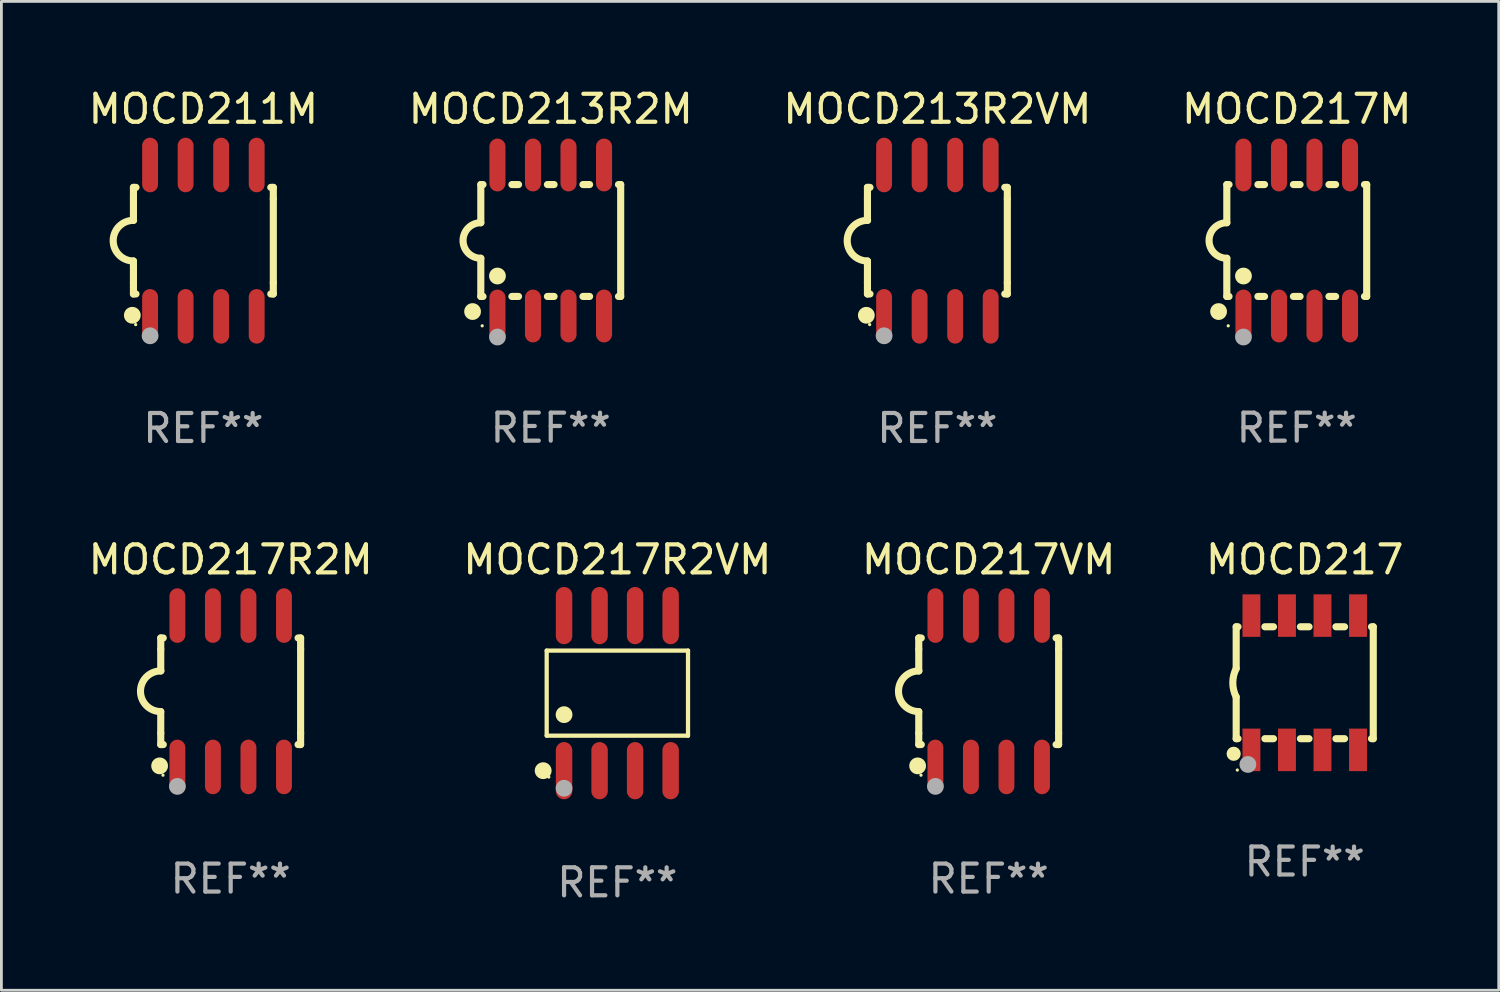
<source format=kicad_pcb>
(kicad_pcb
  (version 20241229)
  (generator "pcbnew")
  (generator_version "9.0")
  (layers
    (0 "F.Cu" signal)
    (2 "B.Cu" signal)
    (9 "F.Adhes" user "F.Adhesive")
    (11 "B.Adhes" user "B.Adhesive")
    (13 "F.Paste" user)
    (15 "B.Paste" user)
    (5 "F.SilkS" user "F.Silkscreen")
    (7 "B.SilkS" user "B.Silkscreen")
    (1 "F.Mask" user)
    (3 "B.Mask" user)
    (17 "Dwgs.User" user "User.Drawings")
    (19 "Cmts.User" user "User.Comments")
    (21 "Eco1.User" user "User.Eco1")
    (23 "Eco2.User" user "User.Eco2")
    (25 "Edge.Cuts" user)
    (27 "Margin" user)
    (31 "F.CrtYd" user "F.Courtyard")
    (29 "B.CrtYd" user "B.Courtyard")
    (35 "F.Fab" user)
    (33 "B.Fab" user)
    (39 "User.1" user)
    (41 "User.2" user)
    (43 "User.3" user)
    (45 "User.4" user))
  (footprint "MOCD217R2M"
    (layer "F.Cu")
    (at 5.196 21.66)
    (property "Reference" "MOCD217R2M" (at 0 -4.705 0) (layer "F.SilkS") (effects (font (size 1 1) (thickness 0.15))))
    (attr through_hole)
    (fp_line (start -2.5 -1.905) (end -2.409 -1.905) (stroke (width 0.254) (type solid)) (layer "F.SilkS"))
    (fp_line (start -2.5 -1.5) (end -2.5 -1.905) (stroke (width 0.254) (type solid)) (layer "F.SilkS"))
    (fp_line (start -2.5 -1.5) (end -2.5 -0.726) (stroke (width 0.254) (type solid)) (layer "F.SilkS"))
    (fp_line (start -2.5 1.5) (end -2.5 0.727) (stroke (width 0.254) (type solid)) (layer "F.SilkS"))
    (fp_line (start -2.5 1.5) (end -2.5 1.905) (stroke (width 0.254) (type solid)) (layer "F.SilkS"))
    (fp_line (start -2.5 1.905) (end -2.409 1.905) (stroke (width 0.254) (type solid)) (layer "F.SilkS"))
    (fp_line (start 2.5 -1.905) (end 2.409 -1.905) (stroke (width 0.254) (type solid)) (layer "F.SilkS"))
    (fp_line (start 2.5 -1.5) (end 2.5 -1.905) (stroke (width 0.254) (type solid)) (layer "F.SilkS"))
    (fp_line (start 2.5 -1.5) (end 2.5 1.5) (stroke (width 0.254) (type solid)) (layer "F.SilkS"))
    (fp_line (start 2.5 1.5) (end 2.5 1.905) (stroke (width 0.254) (type solid)) (layer "F.SilkS"))
    (fp_line (start 2.5 1.905) (end 2.409 1.905) (stroke (width 0.254) (type solid)) (layer "F.SilkS"))
    (fp_arc (start -2.5 0.726568) (mid -3.220316 -0.0023) (end -2.495097 -0.726289) (stroke (width 0.254001) (type solid)) (layer "F.SilkS"))
    (fp_circle (center -2.54 2.667) (end -2.39 2.667) (stroke (width 0.3) (type solid)) (fill no) (layer "F.SilkS"))
    (fp_circle (center -2.42 3) (end -2.39 3) (stroke (width 0.06) (type solid)) (fill no) (layer "F.SilkS"))
    (fp_circle (center -1.905 3.4) (end -1.755 3.4) (stroke (width 0.3) (type solid)) (fill no) (layer "F.Fab"))
    (fp_text user "REF**" (at 0 6.705 0) (layer "F.Fab") (effects (font (size 1 1) (thickness 0.15))))
    (pad "1" smd oval (at -1.905 2.705) (size 0.568 1.95) (layers "F.Cu" "F.Mask" "F.Paste"))
    (pad "2" smd oval (at -0.635 2.705) (size 0.568 1.95) (layers "F.Cu" "F.Mask" "F.Paste"))
    (pad "3" smd oval (at 0.635 2.705) (size 0.568 1.95) (layers "F.Cu" "F.Mask" "F.Paste"))
    (pad "4" smd oval (at 1.905 2.705) (size 0.568 1.95) (layers "F.Cu" "F.Mask" "F.Paste"))
    (pad "5" smd oval (at 1.905 -2.705) (size 0.568 1.95) (layers "F.Cu" "F.Mask" "F.Paste"))
    (pad "6" smd oval (at 0.635 -2.705) (size 0.568 1.95) (layers "F.Cu" "F.Mask" "F.Paste"))
    (pad "7" smd oval (at -0.635 -2.705) (size 0.568 1.95) (layers "F.Cu" "F.Mask" "F.Paste"))
    (pad "8" smd oval (at -1.905 -2.705) (size 0.568 1.95) (layers "F.Cu" "F.Mask" "F.Paste")))
  (footprint "MOCD217M"
    (layer "F.Cu")
    (at 43.304 5.547)
    (property "Reference" "MOCD217M" (at 0 -4.699 0) (layer "F.SilkS") (effects (font (size 1 1) (thickness 0.15))))
    (attr through_hole)
    (fp_line (start -2.5 -2) (end -2.5 -0.635) (stroke (width 0.254) (type solid)) (layer "F.SilkS"))
    (fp_line (start -2.5 -2) (end -2.421 -2) (stroke (width 0.254) (type solid)) (layer "F.SilkS"))
    (fp_line (start -2.5 2) (end -2.5 0.635) (stroke (width 0.254) (type solid)) (layer "F.SilkS"))
    (fp_line (start -2.5 2) (end -2.421 2) (stroke (width 0.254) (type solid)) (layer "F.SilkS"))
    (fp_line (start -1.389 -2) (end -1.151 -2) (stroke (width 0.254) (type solid)) (layer "F.SilkS"))
    (fp_line (start -1.389 2) (end -1.151 2) (stroke (width 0.254) (type solid)) (layer "F.SilkS"))
    (fp_line (start -0.119 -2) (end 0.119 -2) (stroke (width 0.254) (type solid)) (layer "F.SilkS"))
    (fp_line (start -0.119 2) (end 0.119 2) (stroke (width 0.254) (type solid)) (layer "F.SilkS"))
    (fp_line (start 1.151 -2) (end 1.389 -2) (stroke (width 0.254) (type solid)) (layer "F.SilkS"))
    (fp_line (start 1.151 2) (end 1.389 2) (stroke (width 0.254) (type solid)) (layer "F.SilkS"))
    (fp_line (start 2.421 -2) (end 2.5 -2) (stroke (width 0.254) (type solid)) (layer "F.SilkS"))
    (fp_line (start 2.421 2) (end 2.5 2) (stroke (width 0.254) (type solid)) (layer "F.SilkS"))
    (fp_line (start 2.5 -2) (end 2.5 2) (stroke (width 0.254) (type solid)) (layer "F.SilkS"))
    (fp_arc (start -2.5 0.635001) (mid -3.134366 -0.000318) (end -2.499365 -0.635001) (stroke (width 0.254001) (type solid)) (layer "F.SilkS"))
    (fp_circle (center -2.794 2.54) (end -2.644 2.54) (stroke (width 0.3) (type solid)) (fill no) (layer "F.SilkS"))
    (fp_circle (center -2.45 3.05) (end -2.42 3.05) (stroke (width 0.06) (type solid)) (fill no) (layer "F.SilkS"))
    (fp_circle (center -1.905 1.27) (end -1.755 1.27) (stroke (width 0.3) (type solid)) (fill no) (layer "F.SilkS"))
    (fp_circle (center -1.905 3.45) (end -1.755 3.45) (stroke (width 0.3) (type solid)) (fill no) (layer "F.Fab"))
    (fp_text user "REF**" (at 0 6.699 0) (layer "F.Fab") (effects (font (size 1 1) (thickness 0.15))))
    (pad "1" smd oval (at -1.905 2.699) (size 0.574 1.888) (layers "F.Cu" "F.Mask" "F.Paste"))
    (pad "2" smd oval (at -0.635 2.699) (size 0.574 1.888) (layers "F.Cu" "F.Mask" "F.Paste"))
    (pad "3" smd oval (at 0.635 2.699) (size 0.574 1.888) (layers "F.Cu" "F.Mask" "F.Paste"))
    (pad "4" smd oval (at 1.905 2.699) (size 0.574 1.888) (layers "F.Cu" "F.Mask" "F.Paste"))
    (pad "5" smd oval (at 1.905 -2.699) (size 0.574 1.888) (layers "F.Cu" "F.Mask" "F.Paste"))
    (pad "6" smd oval (at 0.635 -2.699) (size 0.574 1.888) (layers "F.Cu" "F.Mask" "F.Paste"))
    (pad "7" smd oval (at -0.635 -2.699) (size 0.574 1.888) (layers "F.Cu" "F.Mask" "F.Paste"))
    (pad "8" smd oval (at -1.905 -2.699) (size 0.574 1.888) (layers "F.Cu" "F.Mask" "F.Paste")))
  (footprint "MOCD217"
    (layer "F.Cu")
    (at 43.589 21.355)
    (property "Reference" "MOCD217" (at 0 -4.4 0) (layer "F.SilkS") (effects (font (size 1 1) (thickness 0.15))))
    (attr through_hole)
    (fp_line (start -2.45 -0.508) (end -2.45 -2) (stroke (width 0.254) (type solid)) (layer "F.SilkS"))
    (fp_line (start -2.45 2) (end -2.45 0.508) (stroke (width 0.254) (type solid)) (layer "F.SilkS"))
    (fp_line (start -2.45 2) (end -2.386 2) (stroke (width 0.254) (type solid)) (layer "F.SilkS"))
    (fp_line (start -2.386 -2) (end -2.45 -2) (stroke (width 0.254) (type solid)) (layer "F.SilkS"))
    (fp_line (start -1.424 2) (end -1.116 2) (stroke (width 0.254) (type solid)) (layer "F.SilkS"))
    (fp_line (start -1.116 -2) (end -1.424 -2) (stroke (width 0.254) (type solid)) (layer "F.SilkS"))
    (fp_line (start -0.154 2) (end 0.154 2) (stroke (width 0.254) (type solid)) (layer "F.SilkS"))
    (fp_line (start 0.154 -2) (end -0.154 -2) (stroke (width 0.254) (type solid)) (layer "F.SilkS"))
    (fp_line (start 1.116 2) (end 1.424 2) (stroke (width 0.254) (type solid)) (layer "F.SilkS"))
    (fp_line (start 1.424 -2) (end 1.116 -2) (stroke (width 0.254) (type solid)) (layer "F.SilkS"))
    (fp_line (start 2.386 2) (end 2.45 2) (stroke (width 0.254) (type solid)) (layer "F.SilkS"))
    (fp_line (start 2.45 -2) (end 2.386 -2) (stroke (width 0.254) (type solid)) (layer "F.SilkS"))
    (fp_line (start 2.45 2) (end 2.45 -2) (stroke (width 0.254) (type solid)) (layer "F.SilkS"))
    (fp_arc (start -2.451105 0.508001) (mid -2.570655 -0.000129) (end -2.450013 -0.508001) (stroke (width 0.254001) (type solid)) (layer "F.SilkS"))
    (fp_circle (center -2.54 2.54) (end -2.413 2.54) (stroke (width 0.254) (type solid)) (fill no) (layer "F.SilkS"))
    (fp_circle (center -2.41 3.121) (end -2.38 3.121) (stroke (width 0.06) (type solid)) (fill no) (layer "F.SilkS"))
    (fp_circle (center -2.032 2.921) (end -1.882 2.921) (stroke (width 0.3) (type solid)) (fill no) (layer "F.Fab"))
    (fp_text user "REF**" (at 0 6.4 0) (layer "F.Fab") (effects (font (size 1 1) (thickness 0.15))))
    (pad "1" smd rect (at -1.905 2.4) (size 0.64 1.52) (layers "F.Cu" "F.Mask" "F.Paste"))
    (pad "2" smd rect (at -0.635 2.4) (size 0.64 1.52) (layers "F.Cu" "F.Mask" "F.Paste"))
    (pad "3" smd rect (at 0.635 2.4) (size 0.64 1.52) (layers "F.Cu" "F.Mask" "F.Paste"))
    (pad "4" smd rect (at 1.905 2.4) (size 0.64 1.52) (layers "F.Cu" "F.Mask" "F.Paste"))
    (pad "5" smd rect (at 1.905 -2.4) (size 0.64 1.52) (layers "F.Cu" "F.Mask" "F.Paste"))
    (pad "6" smd rect (at 0.635 -2.4) (size 0.64 1.52) (layers "F.Cu" "F.Mask" "F.Paste"))
    (pad "7" smd rect (at -0.635 -2.4) (size 0.64 1.52) (layers "F.Cu" "F.Mask" "F.Paste"))
    (pad "8" smd rect (at -1.905 -2.4) (size 0.64 1.52) (layers "F.Cu" "F.Mask" "F.Paste")))
  (footprint "MOCD213R2M"
    (layer "F.Cu")
    (at 16.637 5.547)
    (property "Reference" "MOCD213R2M" (at 0 -4.699 0) (layer "F.SilkS") (effects (font (size 1 1) (thickness 0.15))))
    (attr through_hole)
    (fp_line (start -2.5 -2) (end -2.5 -0.635) (stroke (width 0.254) (type solid)) (layer "F.SilkS"))
    (fp_line (start -2.5 -2) (end -2.421 -2) (stroke (width 0.254) (type solid)) (layer "F.SilkS"))
    (fp_line (start -2.5 2) (end -2.5 0.635) (stroke (width 0.254) (type solid)) (layer "F.SilkS"))
    (fp_line (start -2.5 2) (end -2.421 2) (stroke (width 0.254) (type solid)) (layer "F.SilkS"))
    (fp_line (start -1.389 -2) (end -1.151 -2) (stroke (width 0.254) (type solid)) (layer "F.SilkS"))
    (fp_line (start -1.389 2) (end -1.151 2) (stroke (width 0.254) (type solid)) (layer "F.SilkS"))
    (fp_line (start -0.119 -2) (end 0.119 -2) (stroke (width 0.254) (type solid)) (layer "F.SilkS"))
    (fp_line (start -0.119 2) (end 0.119 2) (stroke (width 0.254) (type solid)) (layer "F.SilkS"))
    (fp_line (start 1.151 -2) (end 1.389 -2) (stroke (width 0.254) (type solid)) (layer "F.SilkS"))
    (fp_line (start 1.151 2) (end 1.389 2) (stroke (width 0.254) (type solid)) (layer "F.SilkS"))
    (fp_line (start 2.421 -2) (end 2.5 -2) (stroke (width 0.254) (type solid)) (layer "F.SilkS"))
    (fp_line (start 2.421 2) (end 2.5 2) (stroke (width 0.254) (type solid)) (layer "F.SilkS"))
    (fp_line (start 2.5 -2) (end 2.5 2) (stroke (width 0.254) (type solid)) (layer "F.SilkS"))
    (fp_arc (start -2.5 0.635001) (mid -3.134366 -0.000318) (end -2.499365 -0.635001) (stroke (width 0.254001) (type solid)) (layer "F.SilkS"))
    (fp_circle (center -2.794 2.54) (end -2.644 2.54) (stroke (width 0.3) (type solid)) (fill no) (layer "F.SilkS"))
    (fp_circle (center -2.45 3.05) (end -2.42 3.05) (stroke (width 0.06) (type solid)) (fill no) (layer "F.SilkS"))
    (fp_circle (center -1.905 1.27) (end -1.755 1.27) (stroke (width 0.3) (type solid)) (fill no) (layer "F.SilkS"))
    (fp_circle (center -1.905 3.45) (end -1.755 3.45) (stroke (width 0.3) (type solid)) (fill no) (layer "F.Fab"))
    (fp_text user "REF**" (at 0 6.699 0) (layer "F.Fab") (effects (font (size 1 1) (thickness 0.15))))
    (pad "1" smd oval (at -1.905 2.699) (size 0.574 1.888) (layers "F.Cu" "F.Mask" "F.Paste"))
    (pad "2" smd oval (at -0.635 2.699) (size 0.574 1.888) (layers "F.Cu" "F.Mask" "F.Paste"))
    (pad "3" smd oval (at 0.635 2.699) (size 0.574 1.888) (layers "F.Cu" "F.Mask" "F.Paste"))
    (pad "4" smd oval (at 1.905 2.699) (size 0.574 1.888) (layers "F.Cu" "F.Mask" "F.Paste"))
    (pad "5" smd oval (at 1.905 -2.699) (size 0.574 1.888) (layers "F.Cu" "F.Mask" "F.Paste"))
    (pad "6" smd oval (at 0.635 -2.699) (size 0.574 1.888) (layers "F.Cu" "F.Mask" "F.Paste"))
    (pad "7" smd oval (at -0.635 -2.699) (size 0.574 1.888) (layers "F.Cu" "F.Mask" "F.Paste"))
    (pad "8" smd oval (at -1.905 -2.699) (size 0.574 1.888) (layers "F.Cu" "F.Mask" "F.Paste")))
  (footprint "MOCD217VM"
    (layer "F.Cu")
    (at 32.292 21.66)
    (property "Reference" "MOCD217VM" (at 0 -4.705 0) (layer "F.SilkS") (effects (font (size 1 1) (thickness 0.15))))
    (attr through_hole)
    (fp_line (start -2.5 -1.905) (end -2.409 -1.905) (stroke (width 0.254) (type solid)) (layer "F.SilkS"))
    (fp_line (start -2.5 -1.5) (end -2.5 -1.905) (stroke (width 0.254) (type solid)) (layer "F.SilkS"))
    (fp_line (start -2.5 -1.5) (end -2.5 -0.726) (stroke (width 0.254) (type solid)) (layer "F.SilkS"))
    (fp_line (start -2.5 1.5) (end -2.5 0.727) (stroke (width 0.254) (type solid)) (layer "F.SilkS"))
    (fp_line (start -2.5 1.5) (end -2.5 1.905) (stroke (width 0.254) (type solid)) (layer "F.SilkS"))
    (fp_line (start -2.5 1.905) (end -2.409 1.905) (stroke (width 0.254) (type solid)) (layer "F.SilkS"))
    (fp_line (start 2.5 -1.905) (end 2.409 -1.905) (stroke (width 0.254) (type solid)) (layer "F.SilkS"))
    (fp_line (start 2.5 -1.5) (end 2.5 -1.905) (stroke (width 0.254) (type solid)) (layer "F.SilkS"))
    (fp_line (start 2.5 -1.5) (end 2.5 1.5) (stroke (width 0.254) (type solid)) (layer "F.SilkS"))
    (fp_line (start 2.5 1.5) (end 2.5 1.905) (stroke (width 0.254) (type solid)) (layer "F.SilkS"))
    (fp_line (start 2.5 1.905) (end 2.409 1.905) (stroke (width 0.254) (type solid)) (layer "F.SilkS"))
    (fp_arc (start -2.5 0.726568) (mid -3.220316 -0.0023) (end -2.495097 -0.726289) (stroke (width 0.254001) (type solid)) (layer "F.SilkS"))
    (fp_circle (center -2.54 2.667) (end -2.39 2.667) (stroke (width 0.3) (type solid)) (fill no) (layer "F.SilkS"))
    (fp_circle (center -2.42 3) (end -2.39 3) (stroke (width 0.06) (type solid)) (fill no) (layer "F.SilkS"))
    (fp_circle (center -1.905 3.4) (end -1.755 3.4) (stroke (width 0.3) (type solid)) (fill no) (layer "F.Fab"))
    (fp_text user "REF**" (at 0 6.705 0) (layer "F.Fab") (effects (font (size 1 1) (thickness 0.15))))
    (pad "1" smd oval (at -1.905 2.705) (size 0.568 1.95) (layers "F.Cu" "F.Mask" "F.Paste"))
    (pad "2" smd oval (at -0.635 2.705) (size 0.568 1.95) (layers "F.Cu" "F.Mask" "F.Paste"))
    (pad "3" smd oval (at 0.635 2.705) (size 0.568 1.95) (layers "F.Cu" "F.Mask" "F.Paste"))
    (pad "4" smd oval (at 1.905 2.705) (size 0.568 1.95) (layers "F.Cu" "F.Mask" "F.Paste"))
    (pad "5" smd oval (at 1.905 -2.705) (size 0.568 1.95) (layers "F.Cu" "F.Mask" "F.Paste"))
    (pad "6" smd oval (at 0.635 -2.705) (size 0.568 1.95) (layers "F.Cu" "F.Mask" "F.Paste"))
    (pad "7" smd oval (at -0.635 -2.705) (size 0.568 1.95) (layers "F.Cu" "F.Mask" "F.Paste"))
    (pad "8" smd oval (at -1.905 -2.705) (size 0.568 1.95) (layers "F.Cu" "F.Mask" "F.Paste")))
  (footprint "MOCD217R2VM"
    (layer "F.Cu")
    (at 19.018 21.727)
    (property "Reference" "MOCD217R2VM" (at 0 -4.772 0) (layer "F.SilkS") (effects (font (size 1 1) (thickness 0.15))))
    (attr through_hole)
    (fp_line (start -2.526 -1.521) (end 2.526 -1.521) (stroke (width 0.152) (type solid)) (layer "F.SilkS"))
    (fp_line (start -2.526 1.521) (end -2.526 -1.521) (stroke (width 0.152) (type solid)) (layer "F.SilkS"))
    (fp_line (start 2.526 -1.521) (end 2.526 1.521) (stroke (width 0.152) (type solid)) (layer "F.SilkS"))
    (fp_line (start 2.526 1.521) (end -2.526 1.521) (stroke (width 0.152) (type solid)) (layer "F.SilkS"))
    (fp_circle (center -2.652 2.772) (end -2.501 2.772) (stroke (width 0.3) (type solid)) (fill no) (layer "F.SilkS"))
    (fp_circle (center -2.45 3) (end -2.42 3) (stroke (width 0.06) (type solid)) (fill no) (layer "F.SilkS"))
    (fp_circle (center -1.905 0.769) (end -1.755 0.769) (stroke (width 0.3) (type solid)) (fill no) (layer "F.SilkS"))
    (fp_circle (center -1.905 3.4) (end -1.755 3.4) (stroke (width 0.3) (type solid)) (fill no) (layer "F.Fab"))
    (fp_text user "REF**" (at 0 6.772 0) (layer "F.Fab") (effects (font (size 1 1) (thickness 0.15))))
    (pad "1" smd oval (at -1.905 2.772) (size 0.588 2.045) (layers "F.Cu" "F.Mask" "F.Paste"))
    (pad "2" smd oval (at -0.635 2.772) (size 0.588 2.045) (layers "F.Cu" "F.Mask" "F.Paste"))
    (pad "3" smd oval (at 0.635 2.772) (size 0.588 2.045) (layers "F.Cu" "F.Mask" "F.Paste"))
    (pad "4" smd oval (at 1.905 2.772) (size 0.588 2.045) (layers "F.Cu" "F.Mask" "F.Paste"))
    (pad "5" smd oval (at 1.905 -2.772) (size 0.588 2.045) (layers "F.Cu" "F.Mask" "F.Paste"))
    (pad "6" smd oval (at 0.635 -2.772) (size 0.588 2.045) (layers "F.Cu" "F.Mask" "F.Paste"))
    (pad "7" smd oval (at -0.635 -2.772) (size 0.588 2.045) (layers "F.Cu" "F.Mask" "F.Paste"))
    (pad "8" smd oval (at -1.905 -2.772) (size 0.588 2.045) (layers "F.Cu" "F.Mask" "F.Paste")))
  (footprint "MOCD211M"
    (layer "F.Cu")
    (at 4.22 5.553)
    (property "Reference" "MOCD211M" (at 0 -4.705 0) (layer "F.SilkS") (effects (font (size 1 1) (thickness 0.15))))
    (attr through_hole)
    (fp_line (start -2.5 -1.905) (end -2.409 -1.905) (stroke (width 0.254) (type solid)) (layer "F.SilkS"))
    (fp_line (start -2.5 -1.5) (end -2.5 -1.905) (stroke (width 0.254) (type solid)) (layer "F.SilkS"))
    (fp_line (start -2.5 -1.5) (end -2.5 -0.726) (stroke (width 0.254) (type solid)) (layer "F.SilkS"))
    (fp_line (start -2.5 1.5) (end -2.5 0.727) (stroke (width 0.254) (type solid)) (layer "F.SilkS"))
    (fp_line (start -2.5 1.5) (end -2.5 1.905) (stroke (width 0.254) (type solid)) (layer "F.SilkS"))
    (fp_line (start -2.5 1.905) (end -2.409 1.905) (stroke (width 0.254) (type solid)) (layer "F.SilkS"))
    (fp_line (start 2.5 -1.905) (end 2.409 -1.905) (stroke (width 0.254) (type solid)) (layer "F.SilkS"))
    (fp_line (start 2.5 -1.5) (end 2.5 -1.905) (stroke (width 0.254) (type solid)) (layer "F.SilkS"))
    (fp_line (start 2.5 -1.5) (end 2.5 1.5) (stroke (width 0.254) (type solid)) (layer "F.SilkS"))
    (fp_line (start 2.5 1.5) (end 2.5 1.905) (stroke (width 0.254) (type solid)) (layer "F.SilkS"))
    (fp_line (start 2.5 1.905) (end 2.409 1.905) (stroke (width 0.254) (type solid)) (layer "F.SilkS"))
    (fp_arc (start -2.5 0.726568) (mid -3.220316 -0.0023) (end -2.495097 -0.726289) (stroke (width 0.254001) (type solid)) (layer "F.SilkS"))
    (fp_circle (center -2.54 2.667) (end -2.39 2.667) (stroke (width 0.3) (type solid)) (fill no) (layer "F.SilkS"))
    (fp_circle (center -2.42 3) (end -2.39 3) (stroke (width 0.06) (type solid)) (fill no) (layer "F.SilkS"))
    (fp_circle (center -1.905 3.4) (end -1.755 3.4) (stroke (width 0.3) (type solid)) (fill no) (layer "F.Fab"))
    (fp_text user "REF**" (at 0 6.705 0) (layer "F.Fab") (effects (font (size 1 1) (thickness 0.15))))
    (pad "1" smd oval (at -1.905 2.705) (size 0.568 1.95) (layers "F.Cu" "F.Mask" "F.Paste"))
    (pad "2" smd oval (at -0.635 2.705) (size 0.568 1.95) (layers "F.Cu" "F.Mask" "F.Paste"))
    (pad "3" smd oval (at 0.635 2.705) (size 0.568 1.95) (layers "F.Cu" "F.Mask" "F.Paste"))
    (pad "4" smd oval (at 1.905 2.705) (size 0.568 1.95) (layers "F.Cu" "F.Mask" "F.Paste"))
    (pad "5" smd oval (at 1.905 -2.705) (size 0.568 1.95) (layers "F.Cu" "F.Mask" "F.Paste"))
    (pad "6" smd oval (at 0.635 -2.705) (size 0.568 1.95) (layers "F.Cu" "F.Mask" "F.Paste"))
    (pad "7" smd oval (at -0.635 -2.705) (size 0.568 1.95) (layers "F.Cu" "F.Mask" "F.Paste"))
    (pad "8" smd oval (at -1.905 -2.705) (size 0.568 1.95) (layers "F.Cu" "F.Mask" "F.Paste")))
  (footprint "MOCD213R2VM"
    (layer "F.Cu")
    (at 30.458 5.553)
    (property "Reference" "MOCD213R2VM" (at 0 -4.705 0) (layer "F.SilkS") (effects (font (size 1 1) (thickness 0.15))))
    (attr through_hole)
    (fp_line (start -2.5 -1.905) (end -2.409 -1.905) (stroke (width 0.254) (type solid)) (layer "F.SilkS"))
    (fp_line (start -2.5 -1.5) (end -2.5 -1.905) (stroke (width 0.254) (type solid)) (layer "F.SilkS"))
    (fp_line (start -2.5 -1.5) (end -2.5 -0.726) (stroke (width 0.254) (type solid)) (layer "F.SilkS"))
    (fp_line (start -2.5 1.5) (end -2.5 0.727) (stroke (width 0.254) (type solid)) (layer "F.SilkS"))
    (fp_line (start -2.5 1.5) (end -2.5 1.905) (stroke (width 0.254) (type solid)) (layer "F.SilkS"))
    (fp_line (start -2.5 1.905) (end -2.409 1.905) (stroke (width 0.254) (type solid)) (layer "F.SilkS"))
    (fp_line (start 2.5 -1.905) (end 2.409 -1.905) (stroke (width 0.254) (type solid)) (layer "F.SilkS"))
    (fp_line (start 2.5 -1.5) (end 2.5 -1.905) (stroke (width 0.254) (type solid)) (layer "F.SilkS"))
    (fp_line (start 2.5 -1.5) (end 2.5 1.5) (stroke (width 0.254) (type solid)) (layer "F.SilkS"))
    (fp_line (start 2.5 1.5) (end 2.5 1.905) (stroke (width 0.254) (type solid)) (layer "F.SilkS"))
    (fp_line (start 2.5 1.905) (end 2.409 1.905) (stroke (width 0.254) (type solid)) (layer "F.SilkS"))
    (fp_arc (start -2.5 0.726568) (mid -3.220316 -0.0023) (end -2.495097 -0.726289) (stroke (width 0.254001) (type solid)) (layer "F.SilkS"))
    (fp_circle (center -2.54 2.667) (end -2.39 2.667) (stroke (width 0.3) (type solid)) (fill no) (layer "F.SilkS"))
    (fp_circle (center -2.42 3) (end -2.39 3) (stroke (width 0.06) (type solid)) (fill no) (layer "F.SilkS"))
    (fp_circle (center -1.905 3.4) (end -1.755 3.4) (stroke (width 0.3) (type solid)) (fill no) (layer "F.Fab"))
    (fp_text user "REF**" (at 0 6.705 0) (layer "F.Fab") (effects (font (size 1 1) (thickness 0.15))))
    (pad "1" smd oval (at -1.905 2.705) (size 0.568 1.95) (layers "F.Cu" "F.Mask" "F.Paste"))
    (pad "2" smd oval (at -0.635 2.705) (size 0.568 1.95) (layers "F.Cu" "F.Mask" "F.Paste"))
    (pad "3" smd oval (at 0.635 2.705) (size 0.568 1.95) (layers "F.Cu" "F.Mask" "F.Paste"))
    (pad "4" smd oval (at 1.905 2.705) (size 0.568 1.95) (layers "F.Cu" "F.Mask" "F.Paste"))
    (pad "5" smd oval (at 1.905 -2.705) (size 0.568 1.95) (layers "F.Cu" "F.Mask" "F.Paste"))
    (pad "6" smd oval (at 0.635 -2.705) (size 0.568 1.95) (layers "F.Cu" "F.Mask" "F.Paste"))
    (pad "7" smd oval (at -0.635 -2.705) (size 0.568 1.95) (layers "F.Cu" "F.Mask" "F.Paste"))
    (pad "8" smd oval (at -1.905 -2.705) (size 0.568 1.95) (layers "F.Cu" "F.Mask" "F.Paste")))
  (gr_rect
    (start -3 -3)
    (end 50.524 32.348)
    (stroke (width 0.1) (type default))
    (fill no)
    (layer "Edge.Cuts")))
</source>
